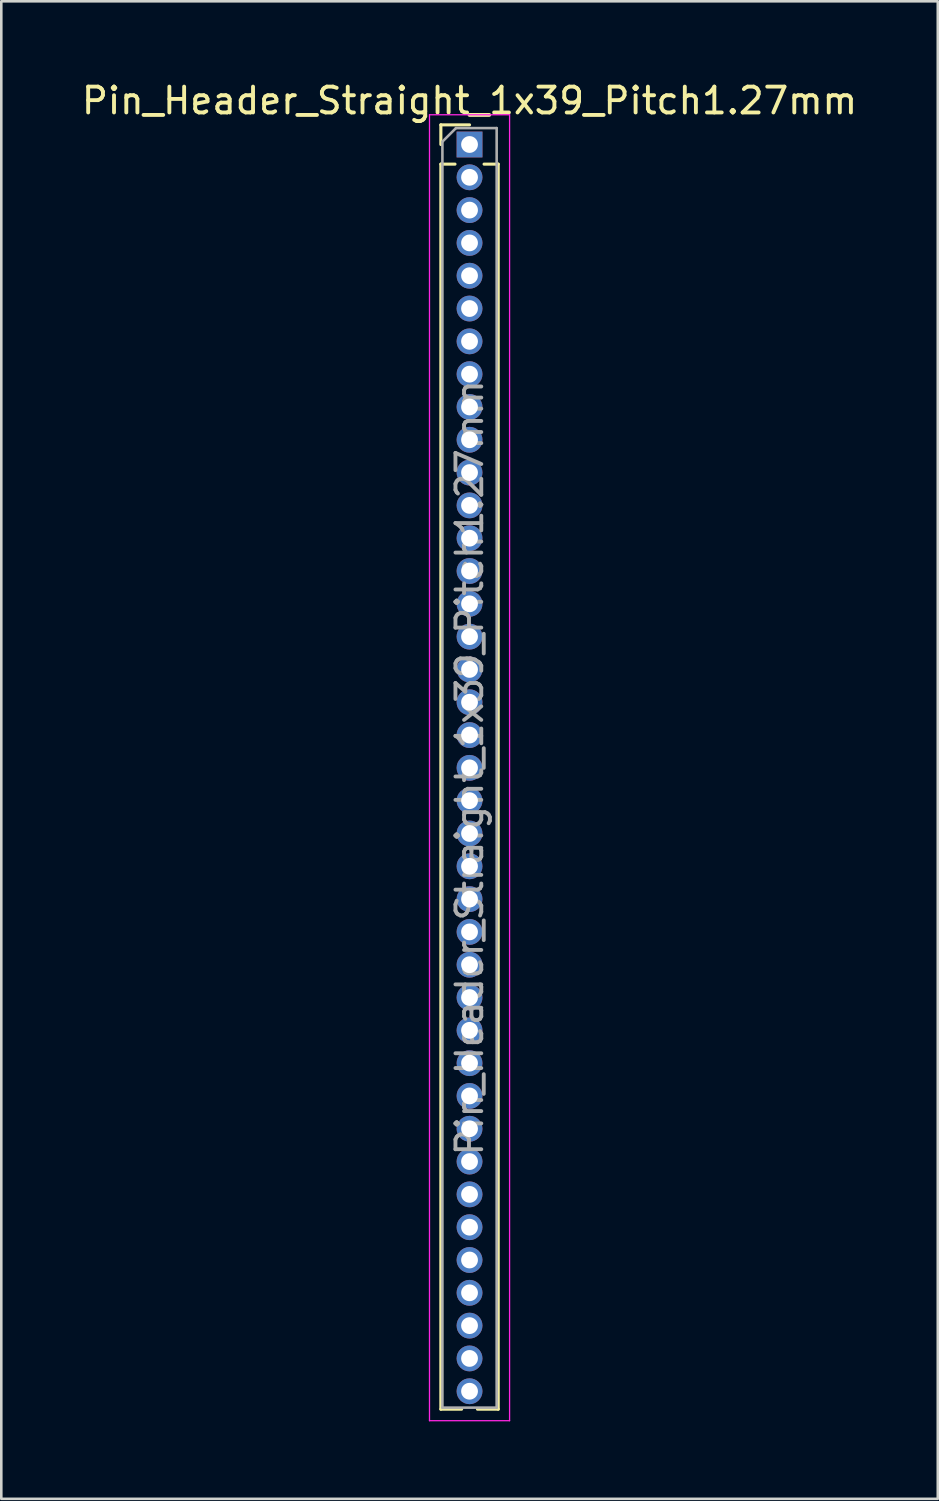
<source format=kicad_pcb>
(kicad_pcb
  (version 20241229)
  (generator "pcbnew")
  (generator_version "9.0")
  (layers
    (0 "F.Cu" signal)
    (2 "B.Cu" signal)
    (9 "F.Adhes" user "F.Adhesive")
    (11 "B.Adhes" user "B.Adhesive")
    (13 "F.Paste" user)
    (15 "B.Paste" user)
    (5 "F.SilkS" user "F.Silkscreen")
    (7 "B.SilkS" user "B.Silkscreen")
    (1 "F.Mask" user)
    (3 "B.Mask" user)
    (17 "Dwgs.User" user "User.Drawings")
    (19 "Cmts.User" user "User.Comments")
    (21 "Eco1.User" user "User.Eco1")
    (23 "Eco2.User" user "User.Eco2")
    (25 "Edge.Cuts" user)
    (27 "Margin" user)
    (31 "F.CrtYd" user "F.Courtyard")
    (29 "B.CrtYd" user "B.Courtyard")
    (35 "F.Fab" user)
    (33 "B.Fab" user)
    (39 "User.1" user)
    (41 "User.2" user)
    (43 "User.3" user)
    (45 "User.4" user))
  (footprint "Pin_Header_Straight_1x39_Pitch1.27mm"
    (layer "F.Cu")
    (at 15.125 2.543)
    (property "Reference" "Pin_Header_Straight_1x39_Pitch1.27mm" (at 0 -1.695 0) (layer "F.SilkS") (effects (font (size 1 1) (thickness 0.15))))
    (attr through_hole)
    (fp_line (start -1.11 -0.76) (end 0 -0.76) (stroke (width 0.12) (type solid)) (layer "F.SilkS"))
    (fp_line (start -1.11 0) (end -1.11 -0.76) (stroke (width 0.12) (type solid)) (layer "F.SilkS"))
    (fp_line (start -1.11 0.76) (end -1.11 48.955) (stroke (width 0.12) (type solid)) (layer "F.SilkS"))
    (fp_line (start -1.11 0.76) (end -0.563 0.76) (stroke (width 0.12) (type solid)) (layer "F.SilkS"))
    (fp_line (start -1.11 48.955) (end -0.308 48.955) (stroke (width 0.12) (type solid)) (layer "F.SilkS"))
    (fp_line (start 0.308 48.955) (end 1.11 48.955) (stroke (width 0.12) (type solid)) (layer "F.SilkS"))
    (fp_line (start 0.563 0.76) (end 1.11 0.76) (stroke (width 0.12) (type solid)) (layer "F.SilkS"))
    (fp_line (start 1.11 0.76) (end 1.11 48.955) (stroke (width 0.12) (type solid)) (layer "F.SilkS"))
    (fp_line (start -1.55 -1.15) (end -1.55 49.4) (stroke (width 0.05) (type solid)) (layer "F.CrtYd"))
    (fp_line (start -1.55 49.4) (end 1.55 49.4) (stroke (width 0.05) (type solid)) (layer "F.CrtYd"))
    (fp_line (start 1.55 -1.15) (end -1.55 -1.15) (stroke (width 0.05) (type solid)) (layer "F.CrtYd"))
    (fp_line (start 1.55 49.4) (end 1.55 -1.15) (stroke (width 0.05) (type solid)) (layer "F.CrtYd"))
    (fp_line (start -1.05 -0.11) (end -0.525 -0.635) (stroke (width 0.1) (type solid)) (layer "F.Fab"))
    (fp_line (start -1.05 48.895) (end -1.05 -0.11) (stroke (width 0.1) (type solid)) (layer "F.Fab"))
    (fp_line (start -0.525 -0.635) (end 1.05 -0.635) (stroke (width 0.1) (type solid)) (layer "F.Fab"))
    (fp_line (start 1.05 -0.635) (end 1.05 48.895) (stroke (width 0.1) (type solid)) (layer "F.Fab"))
    (fp_line (start 1.05 48.895) (end -1.05 48.895) (stroke (width 0.1) (type solid)) (layer "F.Fab"))
    (fp_text user "${REFERENCE}" (at 0 24.13 90) (layer "F.Fab") (effects (font (size 1 1) (thickness 0.15))))
    (pad "1" thru_hole rect (at 0 0) (size 1 1) (drill 0.65) (layers "*.Cu" "*.Mask"))
    (pad "2" thru_hole oval (at 0 1.27) (size 1 1) (drill 0.65) (layers "*.Cu" "*.Mask"))
    (pad "3" thru_hole oval (at 0 2.54) (size 1 1) (drill 0.65) (layers "*.Cu" "*.Mask"))
    (pad "4" thru_hole oval (at 0 3.81) (size 1 1) (drill 0.65) (layers "*.Cu" "*.Mask"))
    (pad "5" thru_hole oval (at 0 5.08) (size 1 1) (drill 0.65) (layers "*.Cu" "*.Mask"))
    (pad "6" thru_hole oval (at 0 6.35) (size 1 1) (drill 0.65) (layers "*.Cu" "*.Mask"))
    (pad "7" thru_hole oval (at 0 7.62) (size 1 1) (drill 0.65) (layers "*.Cu" "*.Mask"))
    (pad "8" thru_hole oval (at 0 8.89) (size 1 1) (drill 0.65) (layers "*.Cu" "*.Mask"))
    (pad "9" thru_hole oval (at 0 10.16) (size 1 1) (drill 0.65) (layers "*.Cu" "*.Mask"))
    (pad "10" thru_hole oval (at 0 11.43) (size 1 1) (drill 0.65) (layers "*.Cu" "*.Mask"))
    (pad "11" thru_hole oval (at 0 12.7) (size 1 1) (drill 0.65) (layers "*.Cu" "*.Mask"))
    (pad "12" thru_hole oval (at 0 13.97) (size 1 1) (drill 0.65) (layers "*.Cu" "*.Mask"))
    (pad "13" thru_hole oval (at 0 15.24) (size 1 1) (drill 0.65) (layers "*.Cu" "*.Mask"))
    (pad "14" thru_hole oval (at 0 16.51) (size 1 1) (drill 0.65) (layers "*.Cu" "*.Mask"))
    (pad "15" thru_hole oval (at 0 17.78) (size 1 1) (drill 0.65) (layers "*.Cu" "*.Mask"))
    (pad "16" thru_hole oval (at 0 19.05) (size 1 1) (drill 0.65) (layers "*.Cu" "*.Mask"))
    (pad "17" thru_hole oval (at 0 20.32) (size 1 1) (drill 0.65) (layers "*.Cu" "*.Mask"))
    (pad "18" thru_hole oval (at 0 21.59) (size 1 1) (drill 0.65) (layers "*.Cu" "*.Mask"))
    (pad "19" thru_hole oval (at 0 22.86) (size 1 1) (drill 0.65) (layers "*.Cu" "*.Mask"))
    (pad "20" thru_hole oval (at 0 24.13) (size 1 1) (drill 0.65) (layers "*.Cu" "*.Mask"))
    (pad "21" thru_hole oval (at 0 25.4) (size 1 1) (drill 0.65) (layers "*.Cu" "*.Mask"))
    (pad "22" thru_hole oval (at 0 26.67) (size 1 1) (drill 0.65) (layers "*.Cu" "*.Mask"))
    (pad "23" thru_hole oval (at 0 27.94) (size 1 1) (drill 0.65) (layers "*.Cu" "*.Mask"))
    (pad "24" thru_hole oval (at 0 29.21) (size 1 1) (drill 0.65) (layers "*.Cu" "*.Mask"))
    (pad "25" thru_hole oval (at 0 30.48) (size 1 1) (drill 0.65) (layers "*.Cu" "*.Mask"))
    (pad "26" thru_hole oval (at 0 31.75) (size 1 1) (drill 0.65) (layers "*.Cu" "*.Mask"))
    (pad "27" thru_hole oval (at 0 33.02) (size 1 1) (drill 0.65) (layers "*.Cu" "*.Mask"))
    (pad "28" thru_hole oval (at 0 34.29) (size 1 1) (drill 0.65) (layers "*.Cu" "*.Mask"))
    (pad "29" thru_hole oval (at 0 35.56) (size 1 1) (drill 0.65) (layers "*.Cu" "*.Mask"))
    (pad "30" thru_hole oval (at 0 36.83) (size 1 1) (drill 0.65) (layers "*.Cu" "*.Mask"))
    (pad "31" thru_hole oval (at 0 38.1) (size 1 1) (drill 0.65) (layers "*.Cu" "*.Mask"))
    (pad "32" thru_hole oval (at 0 39.37) (size 1 1) (drill 0.65) (layers "*.Cu" "*.Mask"))
    (pad "33" thru_hole oval (at 0 40.64) (size 1 1) (drill 0.65) (layers "*.Cu" "*.Mask"))
    (pad "34" thru_hole oval (at 0 41.91) (size 1 1) (drill 0.65) (layers "*.Cu" "*.Mask"))
    (pad "35" thru_hole oval (at 0 43.18) (size 1 1) (drill 0.65) (layers "*.Cu" "*.Mask"))
    (pad "36" thru_hole oval (at 0 44.45) (size 1 1) (drill 0.65) (layers "*.Cu" "*.Mask"))
    (pad "37" thru_hole oval (at 0 45.72) (size 1 1) (drill 0.65) (layers "*.Cu" "*.Mask"))
    (pad "38" thru_hole oval (at 0 46.99) (size 1 1) (drill 0.65) (layers "*.Cu" "*.Mask"))
    (pad "39" thru_hole oval (at 0 48.26) (size 1 1) (drill 0.65) (layers "*.Cu" "*.Mask")))
  (gr_rect
    (start -3 -3)
    (end 33.25 54.968)
    (stroke (width 0.1) (type default))
    (fill no)
    (layer "Edge.Cuts")))
</source>
